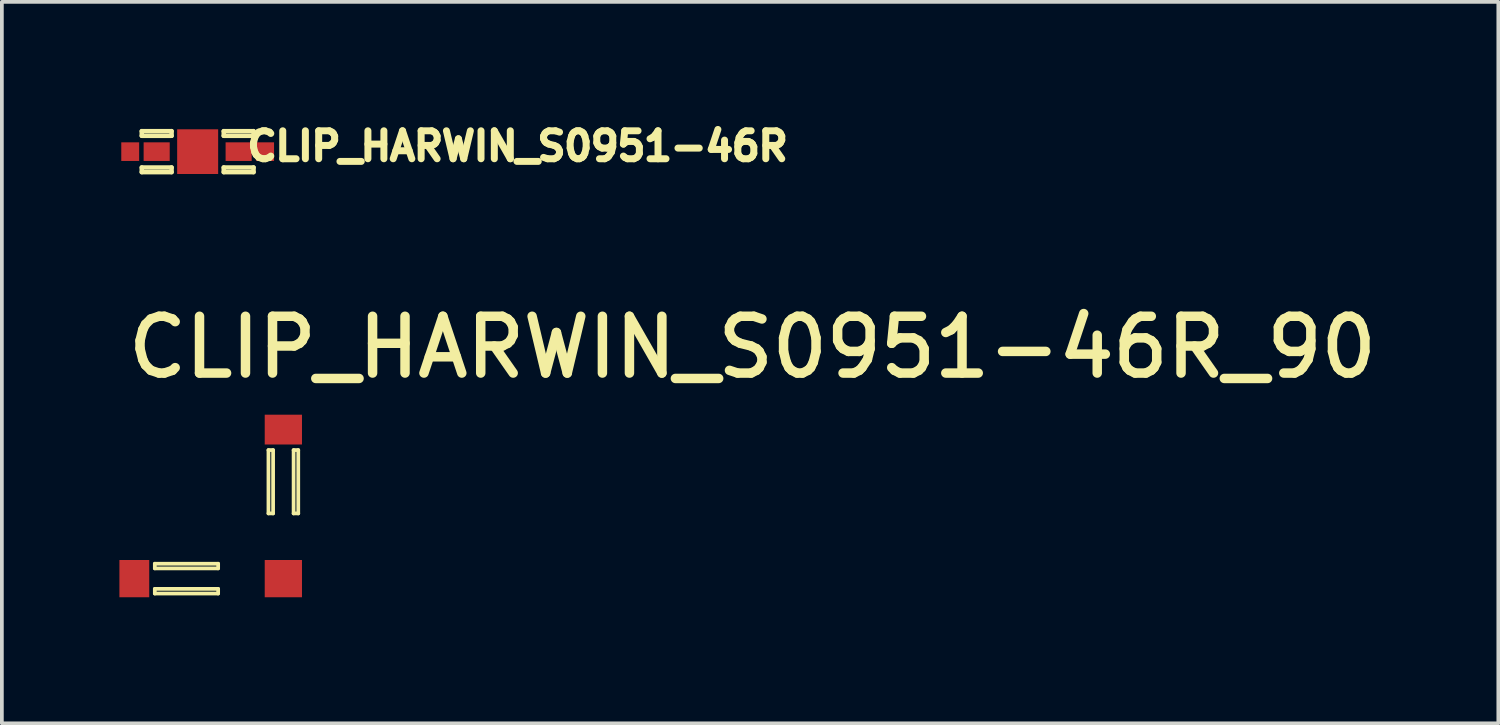
<source format=kicad_pcb>
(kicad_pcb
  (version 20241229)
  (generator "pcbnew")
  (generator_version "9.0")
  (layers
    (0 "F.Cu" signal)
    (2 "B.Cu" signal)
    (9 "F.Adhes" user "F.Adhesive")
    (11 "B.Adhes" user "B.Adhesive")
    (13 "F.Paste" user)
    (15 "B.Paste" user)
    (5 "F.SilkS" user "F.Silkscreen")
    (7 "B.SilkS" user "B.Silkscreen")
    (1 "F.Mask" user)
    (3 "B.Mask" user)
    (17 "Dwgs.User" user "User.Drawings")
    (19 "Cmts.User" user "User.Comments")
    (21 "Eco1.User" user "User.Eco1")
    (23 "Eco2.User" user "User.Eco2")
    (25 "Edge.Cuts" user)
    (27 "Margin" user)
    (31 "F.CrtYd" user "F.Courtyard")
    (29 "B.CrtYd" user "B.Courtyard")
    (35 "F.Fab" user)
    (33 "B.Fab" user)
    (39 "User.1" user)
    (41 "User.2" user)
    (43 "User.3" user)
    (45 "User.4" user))
  (footprint "CLIP_HARWIN_S0951-46R"
    (layer "F.Cu")
    (at 2.255 1.02)
    (property "Reference" "CLIP_HARWIN_S0951-46R" (at 1.232 0.292 0) (unlocked yes) (layer "F.SilkS") (effects (font (size 0.75 0.75) (thickness 0.254)) (justify left bottom)))
    (fp_line (start -1.5 -0.55) (end -0.7 -0.55) (stroke (width 0.12) (type solid)) (layer "F.SilkS"))
    (fp_line (start -1.5 -0.425) (end -1.5 -0.55) (stroke (width 0.12) (type solid)) (layer "F.SilkS"))
    (fp_line (start -1.5 -0.425) (end -0.7 -0.425) (stroke (width 0.12) (type solid)) (layer "F.SilkS"))
    (fp_line (start -1.5 0.425) (end -0.7 0.425) (stroke (width 0.12) (type solid)) (layer "F.SilkS"))
    (fp_line (start -1.5 0.55) (end -1.5 0.425) (stroke (width 0.12) (type solid)) (layer "F.SilkS"))
    (fp_line (start -1.5 0.55) (end -0.7 0.55) (stroke (width 0.12) (type solid)) (layer "F.SilkS"))
    (fp_line (start -0.7 -0.425) (end -0.7 -0.55) (stroke (width 0.12) (type solid)) (layer "F.SilkS"))
    (fp_line (start -0.7 0.55) (end -0.7 0.425) (stroke (width 0.12) (type solid)) (layer "F.SilkS"))
    (fp_line (start 0.7 -0.55) (end 1.5 -0.55) (stroke (width 0.12) (type solid)) (layer "F.SilkS"))
    (fp_line (start 0.7 -0.425) (end 0.7 -0.55) (stroke (width 0.12) (type solid)) (layer "F.SilkS"))
    (fp_line (start 0.7 -0.425) (end 1.5 -0.425) (stroke (width 0.12) (type solid)) (layer "F.SilkS"))
    (fp_line (start 0.7 0.425) (end 1.5 0.425) (stroke (width 0.12) (type solid)) (layer "F.SilkS"))
    (fp_line (start 0.7 0.55) (end 0.7 0.425) (stroke (width 0.12) (type solid)) (layer "F.SilkS"))
    (fp_line (start 0.7 0.55) (end 1.5 0.55) (stroke (width 0.12) (type solid)) (layer "F.SilkS"))
    (fp_line (start 1.5 -0.425) (end 1.5 -0.55) (stroke (width 0.12) (type solid)) (layer "F.SilkS"))
    (fp_line (start 1.5 0.55) (end 1.5 0.425) (stroke (width 0.12) (type solid)) (layer "F.SilkS"))
    (fp_line (start -2.25 -0.85) (end -0.5 -0.85) (stroke (width 0.01) (type solid)) (layer "Eco1.User"))
    (fp_line (start -2.25 0.85) (end -2.25 -0.85) (stroke (width 0.01) (type solid)) (layer "Eco1.User"))
    (fp_line (start -2.25 0.85) (end -0.45 0.85) (stroke (width 0.01) (type solid)) (layer "Eco1.User"))
    (fp_line (start -2.05 -0.2) (end -1.5 -0.2) (stroke (width 0.01) (type solid)) (layer "Eco1.User"))
    (fp_line (start -2.05 0.2) (end -2.05 -0.2) (stroke (width 0.01) (type solid)) (layer "Eco1.User"))
    (fp_line (start -2.05 0.2) (end -1.5 0.2) (stroke (width 0.01) (type solid)) (layer "Eco1.User"))
    (fp_line (start -1.7 0.2) (end -1.7 -0.2) (stroke (width 0.01) (type solid)) (layer "Eco1.User"))
    (fp_line (start -1.65 0.2) (end -1.65 -0.2) (stroke (width 0.01) (type solid)) (layer "Eco1.User"))
    (fp_line (start -1.55 0.2) (end -1.55 -0.2) (stroke (width 0.01) (type solid)) (layer "Eco1.User"))
    (fp_line (start -1.5 -0.55) (end -0.7 -0.55) (stroke (width 0.01) (type solid)) (layer "Eco1.User"))
    (fp_line (start -1.5 -0.475) (end -1.5 -0.525) (stroke (width 0.01) (type solid)) (layer "Eco1.User"))
    (fp_line (start -1.5 -0.475) (end -0.7 -0.475) (stroke (width 0.01) (type solid)) (layer "Eco1.User"))
    (fp_line (start -1.5 -0.4) (end -0.7 -0.4) (stroke (width 0.01) (type solid)) (layer "Eco1.User"))
    (fp_line (start -1.5 -0.2) (end -1.5 -0.55) (stroke (width 0.01) (type solid)) (layer "Eco1.User"))
    (fp_line (start -1.5 -0.15) (end -0.7 -0.15) (stroke (width 0.01) (type solid)) (layer "Eco1.User"))
    (fp_line (start -1.5 -0.075) (end -1.5 -0.2) (stroke (width 0.01) (type solid)) (layer "Eco1.User"))
    (fp_line (start -1.5 -0.075) (end -0.7 -0.075) (stroke (width 0.01) (type solid)) (layer "Eco1.User"))
    (fp_line (start -1.5 0.075) (end -0.7 0.075) (stroke (width 0.01) (type solid)) (layer "Eco1.User"))
    (fp_line (start -1.5 0.15) (end -0.7 0.15) (stroke (width 0.01) (type solid)) (layer "Eco1.User"))
    (fp_line (start -1.5 0.2) (end -1.5 0.075) (stroke (width 0.01) (type solid)) (layer "Eco1.User"))
    (fp_line (start -1.5 0.4) (end -0.7 0.4) (stroke (width 0.01) (type solid)) (layer "Eco1.User"))
    (fp_line (start -1.5 0.475) (end -0.7 0.475) (stroke (width 0.01) (type solid)) (layer "Eco1.User"))
    (fp_line (start -1.5 0.55) (end -1.5 0.2) (stroke (width 0.01) (type solid)) (layer "Eco1.User"))
    (fp_line (start -1.5 0.55) (end -0.7 0.55) (stroke (width 0.01) (type solid)) (layer "Eco1.User"))
    (fp_line (start -1.175 -0.075) (end -1.125 -0.075) (stroke (width 0.01) (type solid)) (layer "Eco1.User"))
    (fp_line (start -1.075 0.075) (end -1.025 0.075) (stroke (width 0.01) (type solid)) (layer "Eco1.User"))
    (fp_line (start -0.7 -0.2) (end -0.7 -0.55) (stroke (width 0.01) (type solid)) (layer "Eco1.User"))
    (fp_line (start -0.7 -0.2) (end -0.5 -0.2) (stroke (width 0.01) (type solid)) (layer "Eco1.User"))
    (fp_line (start -0.7 -0.075) (end -0.7 -0.2) (stroke (width 0.01) (type solid)) (layer "Eco1.User"))
    (fp_line (start -0.7 0.2) (end -0.7 0.075) (stroke (width 0.01) (type solid)) (layer "Eco1.User"))
    (fp_line (start -0.7 0.2) (end -0.5 0.2) (stroke (width 0.01) (type solid)) (layer "Eco1.User"))
    (fp_line (start -0.7 0.525) (end -0.7 0.475) (stroke (width 0.01) (type solid)) (layer "Eco1.User"))
    (fp_line (start -0.7 0.55) (end -0.7 0.2) (stroke (width 0.01) (type solid)) (layer "Eco1.User"))
    (fp_line (start -0.6 0.2) (end -0.6 -0.2) (stroke (width 0.01) (type solid)) (layer "Eco1.User"))
    (fp_line (start -0.55 0.2) (end -0.55 -0.2) (stroke (width 0.01) (type solid)) (layer "Eco1.User"))
    (fp_line (start -0.5 -0.85) (end 2.25 -0.85) (stroke (width 0.01) (type solid)) (layer "Eco1.User"))
    (fp_line (start -0.5 -0.65) (end 0.5 -0.65) (stroke (width 0.01) (type solid)) (layer "Eco1.User"))
    (fp_line (start -0.5 0.65) (end -0.5 -0.65) (stroke (width 0.01) (type solid)) (layer "Eco1.User"))
    (fp_line (start -0.5 0.65) (end 0.5 0.65) (stroke (width 0.01) (type solid)) (layer "Eco1.User"))
    (fp_line (start -0.45 0.85) (end 2.25 0.85) (stroke (width 0.01) (type solid)) (layer "Eco1.User"))
    (fp_line (start 0.5 -0.2) (end 0.7 -0.2) (stroke (width 0.01) (type solid)) (layer "Eco1.User"))
    (fp_line (start 0.5 0.2) (end 0.7 0.2) (stroke (width 0.01) (type solid)) (layer "Eco1.User"))
    (fp_line (start 0.5 0.65) (end 0.5 -0.65) (stroke (width 0.01) (type solid)) (layer "Eco1.User"))
    (fp_line (start 0.55 0.2) (end 0.55 -0.2) (stroke (width 0.01) (type solid)) (layer "Eco1.User"))
    (fp_line (start 0.6 0.2) (end 0.6 -0.2) (stroke (width 0.01) (type solid)) (layer "Eco1.User"))
    (fp_line (start 0.7 -0.55) (end 1.5 -0.55) (stroke (width 0.01) (type solid)) (layer "Eco1.User"))
    (fp_line (start 0.7 -0.475) (end 0.7 -0.525) (stroke (width 0.01) (type solid)) (layer "Eco1.User"))
    (fp_line (start 0.7 -0.475) (end 1.5 -0.475) (stroke (width 0.01) (type solid)) (layer "Eco1.User"))
    (fp_line (start 0.7 -0.4) (end 1.5 -0.4) (stroke (width 0.01) (type solid)) (layer "Eco1.User"))
    (fp_line (start 0.7 -0.2) (end 0.7 -0.55) (stroke (width 0.01) (type solid)) (layer "Eco1.User"))
    (fp_line (start 0.7 -0.15) (end 1.5 -0.15) (stroke (width 0.01) (type solid)) (layer "Eco1.User"))
    (fp_line (start 0.7 -0.075) (end 0.7 -0.2) (stroke (width 0.01) (type solid)) (layer "Eco1.User"))
    (fp_line (start 0.7 -0.075) (end 1.5 -0.075) (stroke (width 0.01) (type solid)) (layer "Eco1.User"))
    (fp_line (start 0.7 0.075) (end 1.5 0.075) (stroke (width 0.01) (type solid)) (layer "Eco1.User"))
    (fp_line (start 0.7 0.15) (end 1.5 0.15) (stroke (width 0.01) (type solid)) (layer "Eco1.User"))
    (fp_line (start 0.7 0.2) (end 0.7 0.075) (stroke (width 0.01) (type solid)) (layer "Eco1.User"))
    (fp_line (start 0.7 0.4) (end 1.5 0.4) (stroke (width 0.01) (type solid)) (layer "Eco1.User"))
    (fp_line (start 0.7 0.475) (end 1.5 0.475) (stroke (width 0.01) (type solid)) (layer "Eco1.User"))
    (fp_line (start 0.7 0.55) (end 0.7 0.2) (stroke (width 0.01) (type solid)) (layer "Eco1.User"))
    (fp_line (start 0.7 0.55) (end 1.5 0.55) (stroke (width 0.01) (type solid)) (layer "Eco1.User"))
    (fp_line (start 1.025 -0.075) (end 1.075 -0.075) (stroke (width 0.01) (type solid)) (layer "Eco1.User"))
    (fp_line (start 1.125 0.075) (end 1.175 0.075) (stroke (width 0.01) (type solid)) (layer "Eco1.User"))
    (fp_line (start 1.5 -0.2) (end 1.5 -0.55) (stroke (width 0.01) (type solid)) (layer "Eco1.User"))
    (fp_line (start 1.5 -0.2) (end 2.05 -0.2) (stroke (width 0.01) (type solid)) (layer "Eco1.User"))
    (fp_line (start 1.5 -0.075) (end 1.5 -0.2) (stroke (width 0.01) (type solid)) (layer "Eco1.User"))
    (fp_line (start 1.5 0.2) (end 1.5 0.075) (stroke (width 0.01) (type solid)) (layer "Eco1.User"))
    (fp_line (start 1.5 0.2) (end 2.05 0.2) (stroke (width 0.01) (type solid)) (layer "Eco1.User"))
    (fp_line (start 1.5 0.525) (end 1.5 0.475) (stroke (width 0.01) (type solid)) (layer "Eco1.User"))
    (fp_line (start 1.5 0.55) (end 1.5 0.2) (stroke (width 0.01) (type solid)) (layer "Eco1.User"))
    (fp_line (start 1.55 0.2) (end 1.55 -0.2) (stroke (width 0.01) (type solid)) (layer "Eco1.User"))
    (fp_line (start 1.65 0.2) (end 1.65 -0.2) (stroke (width 0.01) (type solid)) (layer "Eco1.User"))
    (fp_line (start 1.7 0.2) (end 1.7 -0.2) (stroke (width 0.01) (type solid)) (layer "Eco1.User"))
    (fp_line (start 2.05 0.2) (end 2.05 -0.2) (stroke (width 0.01) (type solid)) (layer "Eco1.User"))
    (fp_line (start 2.25 0.85) (end 2.25 -0.85) (stroke (width 0.01) (type solid)) (layer "Eco1.User"))
    (fp_arc (start -1.374999 0) (mid -1.353032 -0.053033) (end -1.299999 -0.075) (stroke (width 0.01) (type solid)) (layer "Eco1.User"))
    (fp_arc (start -1.299999 0.075) (mid -1.353032 0.053033) (end -1.374999 0) (stroke (width 0.01) (type solid)) (layer "Eco1.User"))
    (fp_arc (start -0.9 -0.075) (mid -0.846967 -0.053033) (end -0.825 0) (stroke (width 0.01) (type solid)) (layer "Eco1.User"))
    (fp_arc (start -0.825 0) (mid -0.846967 0.053033) (end -0.9 0.075) (stroke (width 0.01) (type solid)) (layer "Eco1.User"))
    (fp_arc (start 0.825001 0) (mid 0.846968 -0.053033) (end 0.900001 -0.075) (stroke (width 0.01) (type solid)) (layer "Eco1.User"))
    (fp_arc (start 0.900001 0.075) (mid 0.846968 0.053033) (end 0.825001 0) (stroke (width 0.01) (type solid)) (layer "Eco1.User"))
    (fp_arc (start 1.3 -0.075) (mid 1.353033 -0.053033) (end 1.375 0) (stroke (width 0.01) (type solid)) (layer "Eco1.User"))
    (fp_arc (start 1.375 0) (mid 1.353033 0.053033) (end 1.3 0.075) (stroke (width 0.01) (type solid)) (layer "Eco1.User"))
    (pad "1" smd rect (at -1.81 0.000018) (size 0.48 0.5) (layers "F.Cu" "F.Mask" "F.Paste"))
    (pad "1" smd rect (at -1.1 0.000018) (size 0.7 0.5) (layers "F.Cu" "F.Mask" "F.Paste"))
    (pad "1" smd rect (at -0.000035 0.000018) (size 1.1 1.2) (layers "F.Cu" "F.Mask" "F.Paste"))
    (pad "1" smd rect (at 1.1 0.000018) (size 0.7 0.5) (layers "F.Cu" "F.Mask" "F.Paste"))
    (pad "1" smd rect (at 1.81 0.000018) (size 0.48 0.5) (layers "F.Cu" "F.Mask" "F.Paste")))
  (footprint "CLIP_HARWIN_S0951-46R_90"
    (layer "F.Cu")
    (at 4.555 12.48)
    (property "Reference" "CLIP_HARWIN_S0951-46R_90" (at -4.304 -5.318 0) (unlocked yes) (layer "F.SilkS") (effects (font (size 1.524 1.524) (thickness 0.254)) (justify left bottom)))
    (fp_line (start -3.45 -0.4) (end -1.75 -0.4) (stroke (width 0.1) (type solid)) (layer "F.SilkS"))
    (fp_line (start -3.45 -0.275) (end -3.45 -0.4) (stroke (width 0.1) (type solid)) (layer "F.SilkS"))
    (fp_line (start -3.45 -0.275) (end -1.75 -0.275) (stroke (width 0.1) (type solid)) (layer "F.SilkS"))
    (fp_line (start -3.45 0.275) (end -1.75 0.275) (stroke (width 0.1) (type solid)) (layer "F.SilkS"))
    (fp_line (start -3.45 0.4) (end -3.45 0.275) (stroke (width 0.1) (type solid)) (layer "F.SilkS"))
    (fp_line (start -3.45 0.4) (end -1.75 0.4) (stroke (width 0.1) (type solid)) (layer "F.SilkS"))
    (fp_line (start -1.75 -0.275) (end -1.75 -0.4) (stroke (width 0.1) (type solid)) (layer "F.SilkS"))
    (fp_line (start -1.75 0.4) (end -1.75 0.275) (stroke (width 0.1) (type solid)) (layer "F.SilkS"))
    (fp_line (start -0.4 -3.45) (end -0.275 -3.45) (stroke (width 0.1) (type solid)) (layer "F.SilkS"))
    (fp_line (start -0.4 -1.75) (end -0.4 -3.45) (stroke (width 0.1) (type solid)) (layer "F.SilkS"))
    (fp_line (start -0.4 -1.75) (end -0.275 -1.75) (stroke (width 0.1) (type solid)) (layer "F.SilkS"))
    (fp_line (start -0.275 -1.75) (end -0.275 -3.45) (stroke (width 0.1) (type solid)) (layer "F.SilkS"))
    (fp_line (start 0.275 -3.45) (end 0.4 -3.45) (stroke (width 0.1) (type solid)) (layer "F.SilkS"))
    (fp_line (start 0.275 -1.75) (end 0.275 -3.45) (stroke (width 0.1) (type solid)) (layer "F.SilkS"))
    (fp_line (start 0.275 -1.75) (end 0.4 -1.75) (stroke (width 0.1) (type solid)) (layer "F.SilkS"))
    (fp_line (start 0.4 -1.75) (end 0.4 -3.45) (stroke (width 0.1) (type solid)) (layer "F.SilkS"))
    (fp_line (start -4.55 -0.65) (end -0.775 -0.65) (stroke (width 0.01) (type solid)) (layer "Eco1.User"))
    (fp_line (start -4.55 0.65) (end -4.55 -0.65) (stroke (width 0.01) (type solid)) (layer "Eco1.User"))
    (fp_line (start -4.55 0.65) (end 0.65 0.65) (stroke (width 0.01) (type solid)) (layer "Eco1.User"))
    (fp_line (start -4.3 -0.4) (end -0.6 -0.4) (stroke (width 0.01) (type solid)) (layer "Eco1.User"))
    (fp_line (start -4.3 0.4) (end -4.3 -0.4) (stroke (width 0.01) (type solid)) (layer "Eco1.User"))
    (fp_line (start -4.3 0.4) (end -0.1 0.4) (stroke (width 0.01) (type solid)) (layer "Eco1.User"))
    (fp_line (start -3.6 -0.325) (end -1.6 -0.325) (stroke (width 0.01) (type solid)) (layer "Eco1.User"))
    (fp_line (start -3.6 0.325) (end -1.6 0.325) (stroke (width 0.01) (type solid)) (layer "Eco1.User"))
    (fp_line (start -3.6 0.4) (end -3.6 -0.4) (stroke (width 0.01) (type solid)) (layer "Eco1.User"))
    (fp_line (start -1.6 0.4) (end -1.6 -0.4) (stroke (width 0.01) (type solid)) (layer "Eco1.User"))
    (fp_line (start -0.775 -0.65) (end -0.65 -0.775) (stroke (width 0.01) (type solid)) (layer "Eco1.User"))
    (fp_line (start -0.65 -4.55) (end 0.65 -4.55) (stroke (width 0.01) (type solid)) (layer "Eco1.User"))
    (fp_line (start -0.65 -0.775) (end -0.65 -4.55) (stroke (width 0.01) (type solid)) (layer "Eco1.User"))
    (fp_line (start -0.4 -4.3) (end 0.4 -4.3) (stroke (width 0.01) (type solid)) (layer "Eco1.User"))
    (fp_line (start -0.4 -3.6) (end 0.4 -3.6) (stroke (width 0.01) (type solid)) (layer "Eco1.User"))
    (fp_line (start -0.4 -1.6) (end 0.4 -1.6) (stroke (width 0.01) (type solid)) (layer "Eco1.User"))
    (fp_line (start -0.4 -0.6) (end -0.4 -4.3) (stroke (width 0.01) (type solid)) (layer "Eco1.User"))
    (fp_line (start -0.325 -1.6) (end -0.325 -3.6) (stroke (width 0.01) (type solid)) (layer "Eco1.User"))
    (fp_line (start -0.1 0.4) (end 0.4 -0.1) (stroke (width 0.01) (type solid)) (layer "Eco1.User"))
    (fp_line (start 0.325 -1.6) (end 0.325 -3.6) (stroke (width 0.01) (type solid)) (layer "Eco1.User"))
    (fp_line (start 0.4 -0.1) (end 0.4 -4.3) (stroke (width 0.01) (type solid)) (layer "Eco1.User"))
    (fp_line (start 0.65 0.65) (end 0.65 -4.55) (stroke (width 0.01) (type solid)) (layer "Eco1.User"))
    (fp_arc (start -0.399999 -0.6) (mid -0.458578 -0.458579) (end -0.599999 -0.4) (stroke (width 0.01) (type solid)) (layer "Eco1.User"))
    (fp_text user "'.Designator'" (at -2 0.5 0) (unlocked yes) (layer "Eco1.User") (effects (font (size 0.375 0.375) (thickness 0.254))))
    (pad "1" smd rect (at -4 0) (size 0.8 1) (layers "F.Cu" "F.Mask" "F.Paste"))
    (pad "1" smd rect (at 0 -4) (size 1 0.8) (layers "F.Cu" "F.Mask" "F.Paste"))
    (pad "1" smd rect (at 0 0) (size 1 1) (layers "F.Cu" "F.Mask" "F.Paste")))
  (gr_rect
    (start -3 -3)
    (end 37.164 16.364)
    (stroke (width 0.1) (type default))
    (fill no)
    (layer "Edge.Cuts")))
</source>
